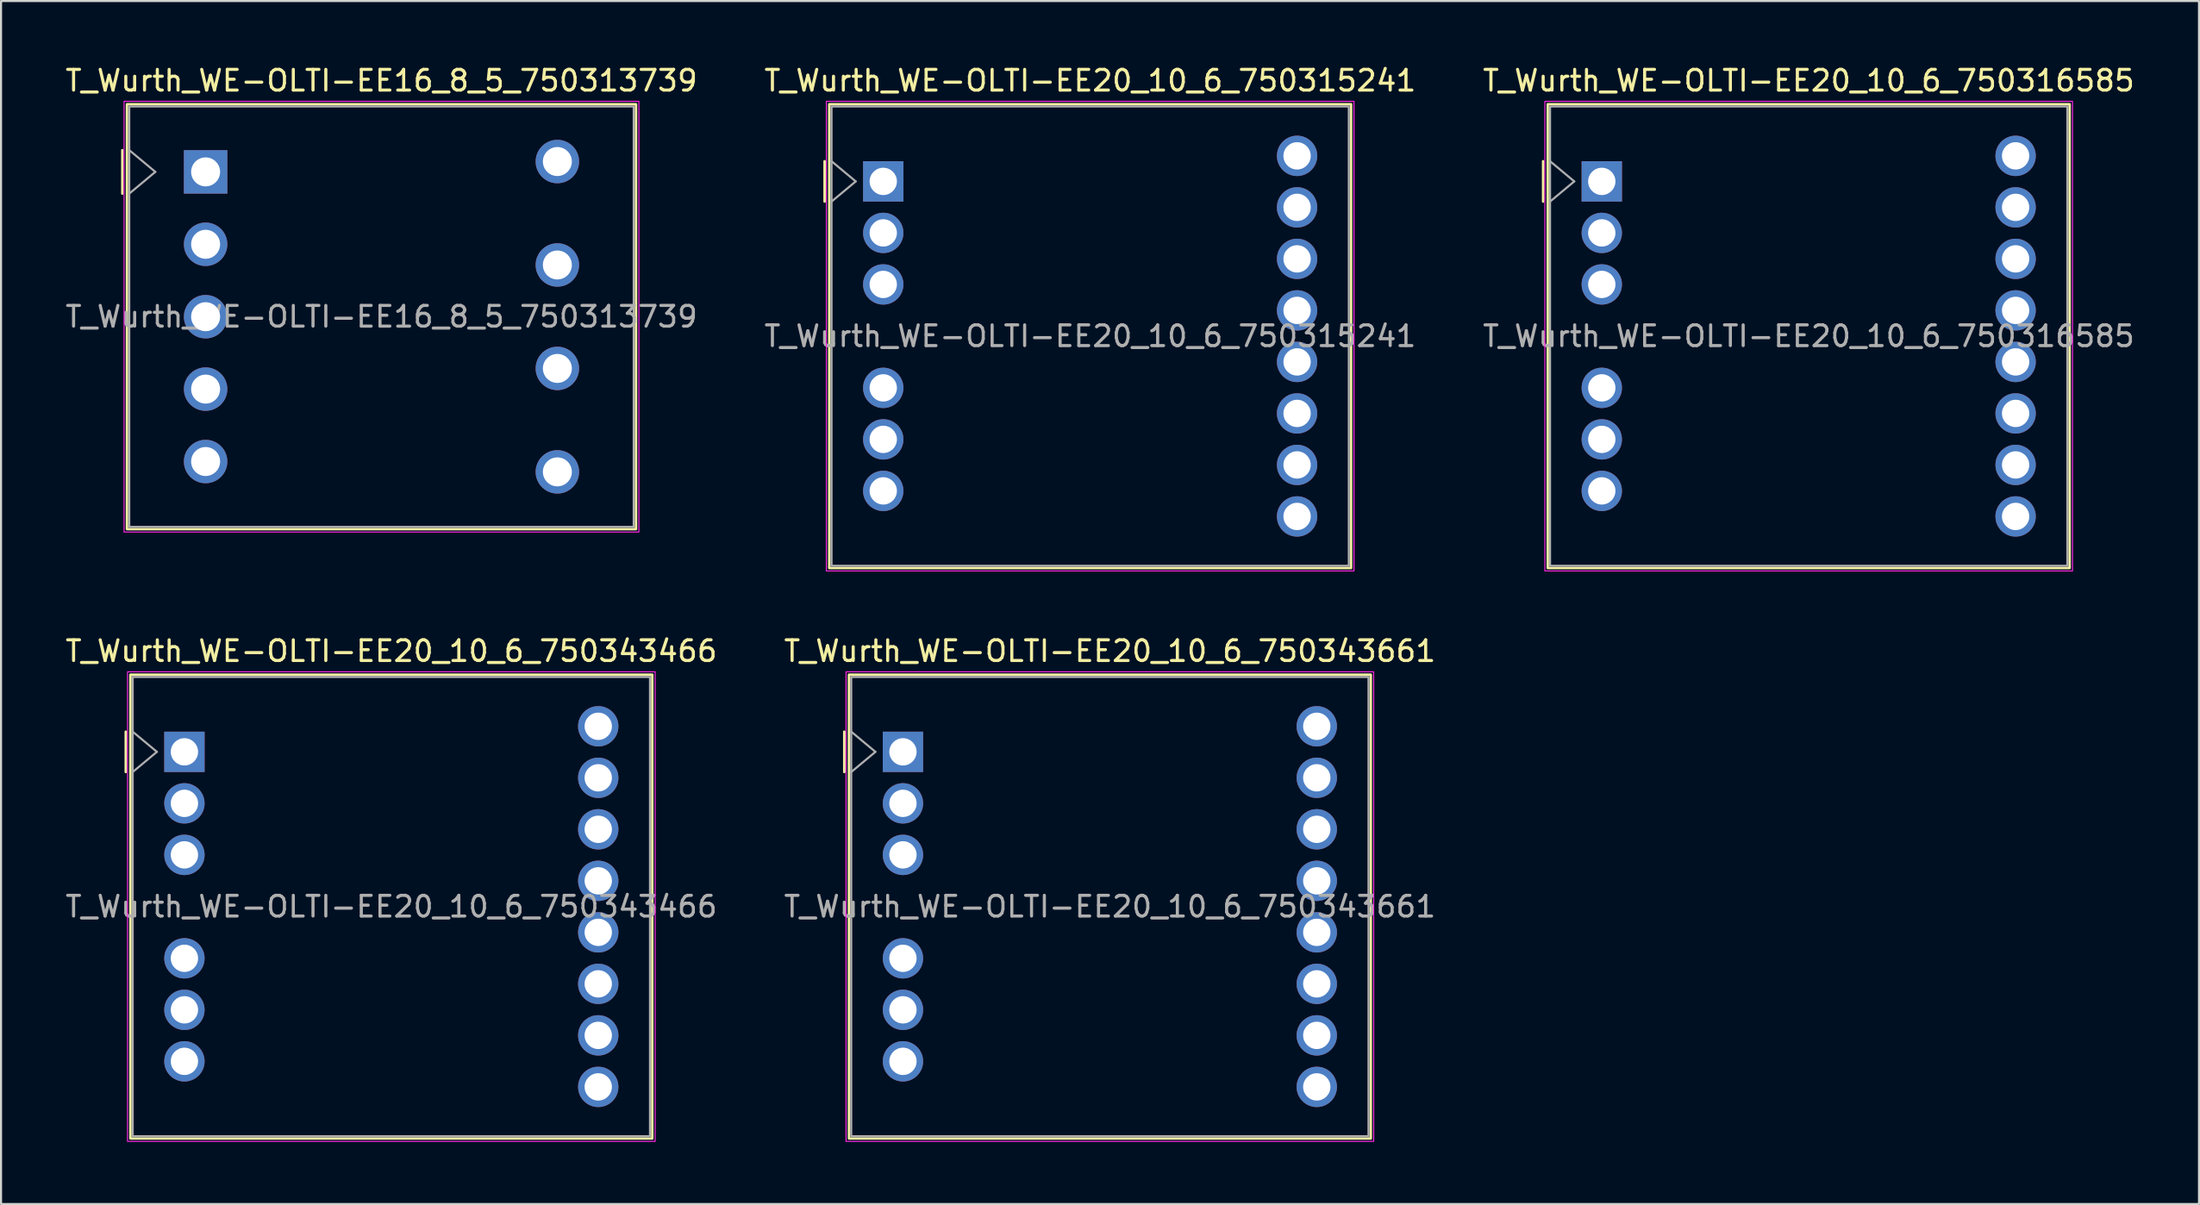
<source format=kicad_pcb>
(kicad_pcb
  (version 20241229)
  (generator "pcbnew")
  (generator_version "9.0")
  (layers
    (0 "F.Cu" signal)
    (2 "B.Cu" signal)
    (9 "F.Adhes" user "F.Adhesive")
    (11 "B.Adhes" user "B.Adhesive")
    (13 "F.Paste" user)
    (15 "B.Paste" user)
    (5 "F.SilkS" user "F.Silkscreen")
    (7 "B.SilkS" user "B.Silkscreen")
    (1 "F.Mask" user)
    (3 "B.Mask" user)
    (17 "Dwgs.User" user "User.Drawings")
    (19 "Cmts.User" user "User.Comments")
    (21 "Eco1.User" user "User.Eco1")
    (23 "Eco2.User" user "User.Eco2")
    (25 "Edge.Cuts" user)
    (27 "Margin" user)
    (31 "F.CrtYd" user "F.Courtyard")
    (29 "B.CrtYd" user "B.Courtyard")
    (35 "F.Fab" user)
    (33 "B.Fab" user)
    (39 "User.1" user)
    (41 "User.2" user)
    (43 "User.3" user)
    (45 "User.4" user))
  (footprint "T_Wurth_WE-OLTI-EE20_10_6_750316585"
    (layer "F.Cu")
    (at 74.363 5.718)
    (property "Reference" "T_Wurth_WE-OLTI-EE20_10_6_750316585" (at 10 -4.87 0) (unlocked yes) (layer "F.SilkS") (effects (font (size 1 1) (thickness 0.15))))
    (attr smd)
    (fp_line (start -2.835 -0.975) (end -2.835 0.975) (stroke (width 0.12) (type solid)) (layer "F.SilkS"))
    (fp_rect (start -2.61 -3.73) (end 22.61 18.69) (stroke (width 0.12) (type solid)) (fill no) (layer "F.SilkS"))
    (fp_rect (start -2.75 -3.87) (end 22.75 18.83) (stroke (width 0.05) (type solid)) (fill no) (layer "F.CrtYd"))
    (fp_line (start -2.5 -0.975) (end -1.33 0) (stroke (width 0.1) (type solid)) (layer "F.Fab"))
    (fp_line (start -2.5 0.975) (end -1.33 0) (stroke (width 0.1) (type solid)) (layer "F.Fab"))
    (fp_rect (start -2.5 -3.62) (end 22.5 18.58) (stroke (width 0.1) (type solid)) (fill no) (layer "F.Fab"))
    (fp_text user "${REFERENCE}" (at 10 7.48 0) (unlocked yes) (layer "F.Fab") (effects (font (size 1 1) (thickness 0.15))))
    (pad "1" thru_hole rect (at 0 0) (size 1.95 1.95) (drill 1.32) (layers "*.Cu" "*.Mask"))
    (pad "2" thru_hole circle (at 0 2.49) (size 1.95 1.95) (drill 1.32) (layers "*.Cu" "*.Mask"))
    (pad "3" thru_hole circle (at 0 4.98) (size 1.95 1.95) (drill 1.32) (layers "*.Cu" "*.Mask"))
    (pad "4" thru_hole circle (at 0 9.98) (size 1.95 1.95) (drill 1.32) (layers "*.Cu" "*.Mask"))
    (pad "5" thru_hole circle (at 0 12.47) (size 1.95 1.95) (drill 1.32) (layers "*.Cu" "*.Mask"))
    (pad "6" thru_hole circle (at 0 14.96) (size 1.95 1.95) (drill 1.32) (layers "*.Cu" "*.Mask"))
    (pad "7" thru_hole circle (at 20 16.195) (size 1.95 1.95) (drill 1.32) (layers "*.Cu" "*.Mask"))
    (pad "8" thru_hole circle (at 20 13.705) (size 1.95 1.95) (drill 1.32) (layers "*.Cu" "*.Mask"))
    (pad "9" thru_hole circle (at 20 11.215) (size 1.95 1.95) (drill 1.32) (layers "*.Cu" "*.Mask"))
    (pad "10" thru_hole circle (at 20 8.725) (size 1.95 1.95) (drill 1.32) (layers "*.Cu" "*.Mask"))
    (pad "11" thru_hole circle (at 20 6.235) (size 1.95 1.95) (drill 1.32) (layers "*.Cu" "*.Mask"))
    (pad "12" thru_hole circle (at 20 3.745) (size 1.95 1.95) (drill 1.32) (layers "*.Cu" "*.Mask"))
    (pad "13" thru_hole circle (at 20 1.255) (size 1.95 1.95) (drill 1.32) (layers "*.Cu" "*.Mask"))
    (pad "14" thru_hole circle (at 20 -1.235) (size 1.95 1.95) (drill 1.32) (layers "*.Cu" "*.Mask")))
  (footprint "T_Wurth_WE-OLTI-EE16_8_5_750313739"
    (layer "F.Cu")
    (at 6.887 5.258)
    (property "Reference" "T_Wurth_WE-OLTI-EE16_8_5_750313739" (at 8.5 -4.41 0) (unlocked yes) (layer "F.SilkS") (effects (font (size 1 1) (thickness 0.15))))
    (attr smd)
    (fp_line (start -4.025 -1.05) (end -4.025 1.05) (stroke (width 0.12) (type solid)) (layer "F.SilkS"))
    (fp_rect (start -3.8 -3.27) (end 20.8 17.27) (stroke (width 0.12) (type solid)) (fill no) (layer "F.SilkS"))
    (fp_rect (start -3.94 -3.41) (end 20.94 17.41) (stroke (width 0.05) (type solid)) (fill no) (layer "F.CrtYd"))
    (fp_line (start -3.69 -1.05) (end -2.43 0) (stroke (width 0.1) (type solid)) (layer "F.Fab"))
    (fp_line (start -3.69 1.05) (end -2.43 0) (stroke (width 0.1) (type solid)) (layer "F.Fab"))
    (fp_rect (start -3.69 -3.16) (end 20.69 17.16) (stroke (width 0.1) (type solid)) (fill no) (layer "F.Fab"))
    (fp_text user "${REFERENCE}" (at 8.5 7 0) (unlocked yes) (layer "F.Fab") (effects (font (size 1 1) (thickness 0.15))))
    (pad "1" thru_hole rect (at 0 0) (size 2.1 2.1) (drill 1.4) (layers "*.Cu" "*.Mask"))
    (pad "2" thru_hole circle (at 0 3.5) (size 2.1 2.1) (drill 1.4) (layers "*.Cu" "*.Mask"))
    (pad "3" thru_hole circle (at 0 7) (size 2.1 2.1) (drill 1.4) (layers "*.Cu" "*.Mask"))
    (pad "4" thru_hole circle (at 0 10.5) (size 2.1 2.1) (drill 1.4) (layers "*.Cu" "*.Mask"))
    (pad "5" thru_hole circle (at 0 14) (size 2.1 2.1) (drill 1.4) (layers "*.Cu" "*.Mask"))
    (pad "6" thru_hole circle (at 17 14.5) (size 2.1 2.1) (drill 1.4) (layers "*.Cu" "*.Mask"))
    (pad "7" thru_hole circle (at 17 9.5) (size 2.1 2.1) (drill 1.4) (layers "*.Cu" "*.Mask"))
    (pad "8" thru_hole circle (at 17 4.5) (size 2.1 2.1) (drill 1.4) (layers "*.Cu" "*.Mask"))
    (pad "9" thru_hole circle (at 17 -0.5) (size 2.1 2.1) (drill 1.4) (layers "*.Cu" "*.Mask")))
  (footprint "T_Wurth_WE-OLTI-EE20_10_6_750343466"
    (layer "F.Cu")
    (at 5.863 33.291)
    (property "Reference" "T_Wurth_WE-OLTI-EE20_10_6_750343466" (at 10 -4.87 0) (unlocked yes) (layer "F.SilkS") (effects (font (size 1 1) (thickness 0.15))))
    (attr smd)
    (fp_line (start -2.835 -0.975) (end -2.835 0.975) (stroke (width 0.12) (type solid)) (layer "F.SilkS"))
    (fp_rect (start -2.61 -3.73) (end 22.61 18.69) (stroke (width 0.12) (type solid)) (fill no) (layer "F.SilkS"))
    (fp_rect (start -2.75 -3.87) (end 22.75 18.83) (stroke (width 0.05) (type solid)) (fill no) (layer "F.CrtYd"))
    (fp_line (start -2.5 -0.975) (end -1.33 0) (stroke (width 0.1) (type solid)) (layer "F.Fab"))
    (fp_line (start -2.5 0.975) (end -1.33 0) (stroke (width 0.1) (type solid)) (layer "F.Fab"))
    (fp_rect (start -2.5 -3.62) (end 22.5 18.58) (stroke (width 0.1) (type solid)) (fill no) (layer "F.Fab"))
    (fp_text user "${REFERENCE}" (at 10 7.48 0) (unlocked yes) (layer "F.Fab") (effects (font (size 1 1) (thickness 0.15))))
    (pad "1" thru_hole rect (at 0 0) (size 1.95 1.95) (drill 1.32) (layers "*.Cu" "*.Mask"))
    (pad "2" thru_hole circle (at 0 2.49) (size 1.95 1.95) (drill 1.32) (layers "*.Cu" "*.Mask"))
    (pad "3" thru_hole circle (at 0 4.98) (size 1.95 1.95) (drill 1.32) (layers "*.Cu" "*.Mask"))
    (pad "6" thru_hole circle (at 0 9.98) (size 1.95 1.95) (drill 1.32) (layers "*.Cu" "*.Mask"))
    (pad "7" thru_hole circle (at 0 12.47) (size 1.95 1.95) (drill 1.32) (layers "*.Cu" "*.Mask"))
    (pad "8" thru_hole circle (at 0 14.96) (size 1.95 1.95) (drill 1.32) (layers "*.Cu" "*.Mask"))
    (pad "9" thru_hole circle (at 20 16.195) (size 1.95 1.95) (drill 1.32) (layers "*.Cu" "*.Mask"))
    (pad "10" thru_hole circle (at 20 13.705) (size 1.95 1.95) (drill 1.32) (layers "*.Cu" "*.Mask"))
    (pad "11" thru_hole circle (at 20 11.215) (size 1.95 1.95) (drill 1.32) (layers "*.Cu" "*.Mask"))
    (pad "12" thru_hole circle (at 20 8.725) (size 1.95 1.95) (drill 1.32) (layers "*.Cu" "*.Mask"))
    (pad "13" thru_hole circle (at 20 6.235) (size 1.95 1.95) (drill 1.32) (layers "*.Cu" "*.Mask"))
    (pad "14" thru_hole circle (at 20 3.745) (size 1.95 1.95) (drill 1.32) (layers "*.Cu" "*.Mask"))
    (pad "15" thru_hole circle (at 20 1.255) (size 1.95 1.95) (drill 1.32) (layers "*.Cu" "*.Mask"))
    (pad "16" thru_hole circle (at 20 -1.235) (size 1.95 1.95) (drill 1.32) (layers "*.Cu" "*.Mask")))
  (footprint "T_Wurth_WE-OLTI-EE20_10_6_750315241"
    (layer "F.Cu")
    (at 39.637 5.718)
    (property "Reference" "T_Wurth_WE-OLTI-EE20_10_6_750315241" (at 10 -4.87 0) (unlocked yes) (layer "F.SilkS") (effects (font (size 1 1) (thickness 0.15))))
    (attr smd)
    (fp_line (start -2.835 -0.975) (end -2.835 0.975) (stroke (width 0.12) (type solid)) (layer "F.SilkS"))
    (fp_rect (start -2.61 -3.73) (end 22.61 18.69) (stroke (width 0.12) (type solid)) (fill no) (layer "F.SilkS"))
    (fp_rect (start -2.75 -3.87) (end 22.75 18.83) (stroke (width 0.05) (type solid)) (fill no) (layer "F.CrtYd"))
    (fp_line (start -2.5 -0.975) (end -1.33 0) (stroke (width 0.1) (type solid)) (layer "F.Fab"))
    (fp_line (start -2.5 0.975) (end -1.33 0) (stroke (width 0.1) (type solid)) (layer "F.Fab"))
    (fp_rect (start -2.5 -3.62) (end 22.5 18.58) (stroke (width 0.1) (type solid)) (fill no) (layer "F.Fab"))
    (fp_text user "${REFERENCE}" (at 10 7.48 0) (unlocked yes) (layer "F.Fab") (effects (font (size 1 1) (thickness 0.15))))
    (pad "1" thru_hole rect (at 0 0) (size 1.95 1.95) (drill 1.32) (layers "*.Cu" "*.Mask"))
    (pad "2" thru_hole circle (at 0 2.49) (size 1.95 1.95) (drill 1.32) (layers "*.Cu" "*.Mask"))
    (pad "3" thru_hole circle (at 0 4.98) (size 1.95 1.95) (drill 1.32) (layers "*.Cu" "*.Mask"))
    (pad "4" thru_hole circle (at 0 9.98) (size 1.95 1.95) (drill 1.32) (layers "*.Cu" "*.Mask"))
    (pad "5" thru_hole circle (at 0 12.47) (size 1.95 1.95) (drill 1.32) (layers "*.Cu" "*.Mask"))
    (pad "6" thru_hole circle (at 0 14.96) (size 1.95 1.95) (drill 1.32) (layers "*.Cu" "*.Mask"))
    (pad "7" thru_hole circle (at 20 16.195) (size 1.95 1.95) (drill 1.32) (layers "*.Cu" "*.Mask"))
    (pad "8" thru_hole circle (at 20 13.705) (size 1.95 1.95) (drill 1.32) (layers "*.Cu" "*.Mask"))
    (pad "9" thru_hole circle (at 20 11.215) (size 1.95 1.95) (drill 1.32) (layers "*.Cu" "*.Mask"))
    (pad "10" thru_hole circle (at 20 8.725) (size 1.95 1.95) (drill 1.32) (layers "*.Cu" "*.Mask"))
    (pad "11" thru_hole circle (at 20 6.235) (size 1.95 1.95) (drill 1.32) (layers "*.Cu" "*.Mask"))
    (pad "12" thru_hole circle (at 20 3.745) (size 1.95 1.95) (drill 1.32) (layers "*.Cu" "*.Mask"))
    (pad "13" thru_hole circle (at 20 1.255) (size 1.95 1.95) (drill 1.32) (layers "*.Cu" "*.Mask"))
    (pad "14" thru_hole circle (at 20 -1.235) (size 1.95 1.95) (drill 1.32) (layers "*.Cu" "*.Mask")))
  (footprint "T_Wurth_WE-OLTI-EE20_10_6_750343661"
    (layer "F.Cu")
    (at 40.589 33.291)
    (property "Reference" "T_Wurth_WE-OLTI-EE20_10_6_750343661" (at 10 -4.87 0) (unlocked yes) (layer "F.SilkS") (effects (font (size 1 1) (thickness 0.15))))
    (attr smd)
    (fp_line (start -2.835 -0.975) (end -2.835 0.975) (stroke (width 0.12) (type solid)) (layer "F.SilkS"))
    (fp_rect (start -2.61 -3.73) (end 22.61 18.69) (stroke (width 0.12) (type solid)) (fill no) (layer "F.SilkS"))
    (fp_rect (start -2.75 -3.87) (end 22.75 18.83) (stroke (width 0.05) (type solid)) (fill no) (layer "F.CrtYd"))
    (fp_line (start -2.5 -0.975) (end -1.33 0) (stroke (width 0.1) (type solid)) (layer "F.Fab"))
    (fp_line (start -2.5 0.975) (end -1.33 0) (stroke (width 0.1) (type solid)) (layer "F.Fab"))
    (fp_rect (start -2.5 -3.62) (end 22.5 18.58) (stroke (width 0.1) (type solid)) (fill no) (layer "F.Fab"))
    (fp_text user "${REFERENCE}" (at 10 7.48 0) (unlocked yes) (layer "F.Fab") (effects (font (size 1 1) (thickness 0.15))))
    (pad "1" thru_hole rect (at 0 0) (size 1.95 1.95) (drill 1.32) (layers "*.Cu" "*.Mask"))
    (pad "2" thru_hole circle (at 0 2.49) (size 1.95 1.95) (drill 1.32) (layers "*.Cu" "*.Mask"))
    (pad "3" thru_hole circle (at 0 4.98) (size 1.95 1.95) (drill 1.32) (layers "*.Cu" "*.Mask"))
    (pad "6" thru_hole circle (at 0 9.98) (size 1.95 1.95) (drill 1.32) (layers "*.Cu" "*.Mask"))
    (pad "7" thru_hole circle (at 0 12.47) (size 1.95 1.95) (drill 1.32) (layers "*.Cu" "*.Mask"))
    (pad "8" thru_hole circle (at 0 14.96) (size 1.95 1.95) (drill 1.32) (layers "*.Cu" "*.Mask"))
    (pad "9" thru_hole circle (at 20 16.195) (size 1.95 1.95) (drill 1.32) (layers "*.Cu" "*.Mask"))
    (pad "10" thru_hole circle (at 20 13.705) (size 1.95 1.95) (drill 1.32) (layers "*.Cu" "*.Mask"))
    (pad "11" thru_hole circle (at 20 11.215) (size 1.95 1.95) (drill 1.32) (layers "*.Cu" "*.Mask"))
    (pad "12" thru_hole circle (at 20 8.725) (size 1.95 1.95) (drill 1.32) (layers "*.Cu" "*.Mask"))
    (pad "13" thru_hole circle (at 20 6.235) (size 1.95 1.95) (drill 1.32) (layers "*.Cu" "*.Mask"))
    (pad "14" thru_hole circle (at 20 3.745) (size 1.95 1.95) (drill 1.32) (layers "*.Cu" "*.Mask"))
    (pad "15" thru_hole circle (at 20 1.255) (size 1.95 1.95) (drill 1.32) (layers "*.Cu" "*.Mask"))
    (pad "16" thru_hole circle (at 20 -1.235) (size 1.95 1.95) (drill 1.32) (layers "*.Cu" "*.Mask")))
  (gr_rect
    (start -3 -3)
    (end 103.226 55.147)
    (stroke (width 0.1) (type default))
    (fill no)
    (layer "Edge.Cuts")))
</source>
